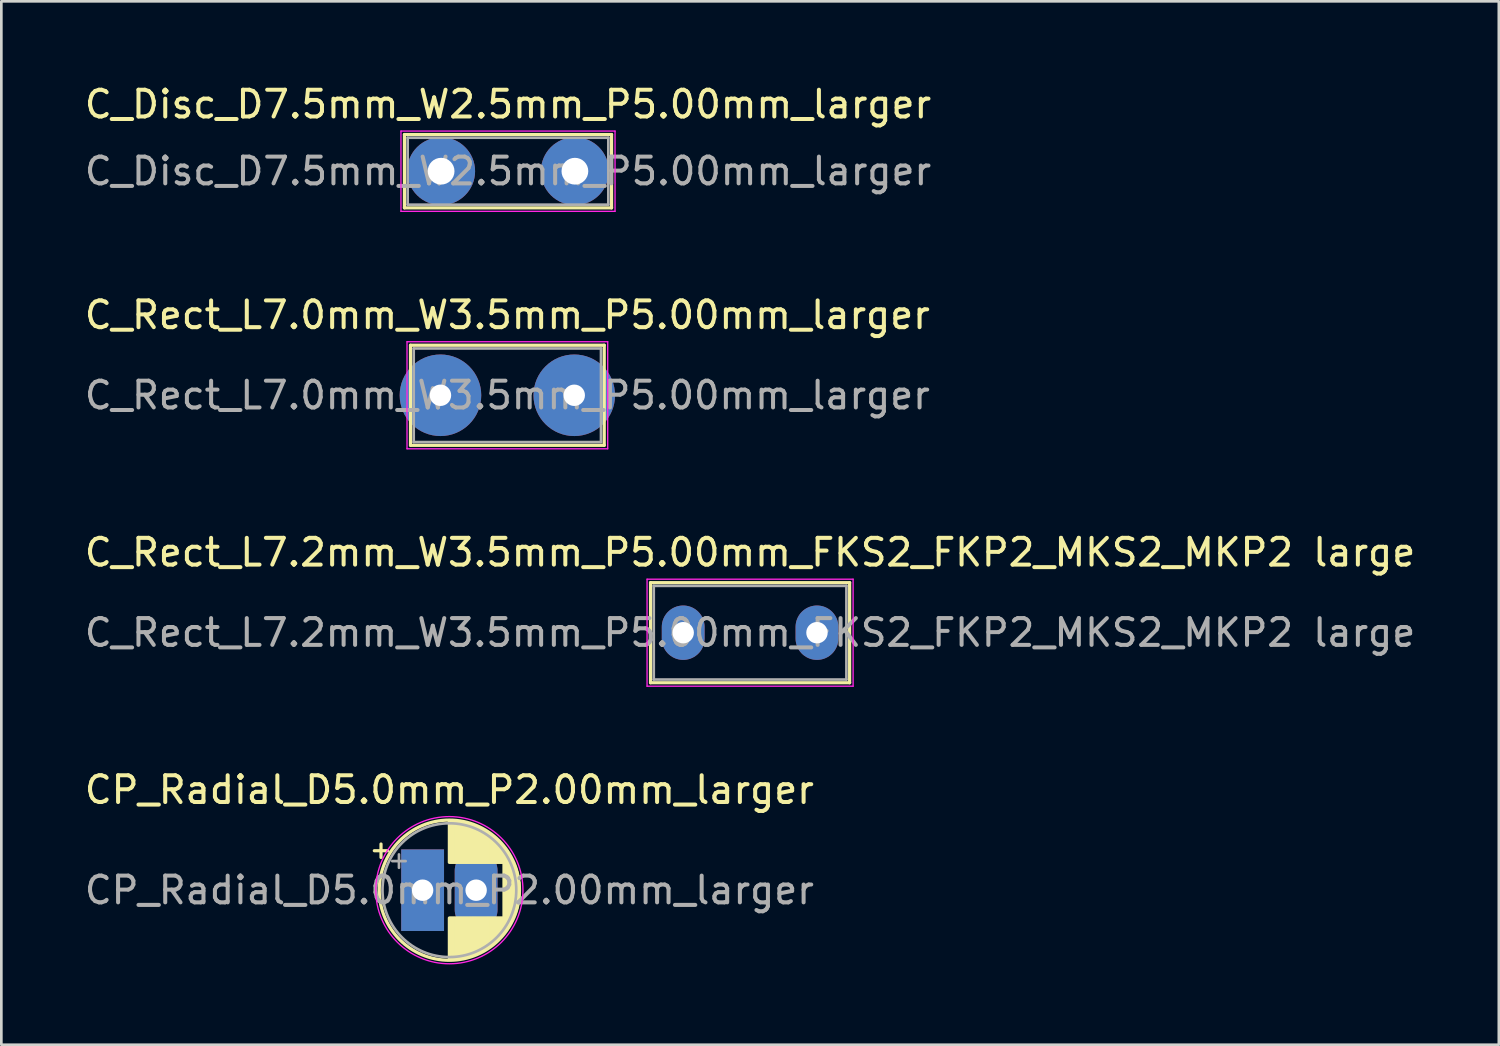
<source format=kicad_pcb>
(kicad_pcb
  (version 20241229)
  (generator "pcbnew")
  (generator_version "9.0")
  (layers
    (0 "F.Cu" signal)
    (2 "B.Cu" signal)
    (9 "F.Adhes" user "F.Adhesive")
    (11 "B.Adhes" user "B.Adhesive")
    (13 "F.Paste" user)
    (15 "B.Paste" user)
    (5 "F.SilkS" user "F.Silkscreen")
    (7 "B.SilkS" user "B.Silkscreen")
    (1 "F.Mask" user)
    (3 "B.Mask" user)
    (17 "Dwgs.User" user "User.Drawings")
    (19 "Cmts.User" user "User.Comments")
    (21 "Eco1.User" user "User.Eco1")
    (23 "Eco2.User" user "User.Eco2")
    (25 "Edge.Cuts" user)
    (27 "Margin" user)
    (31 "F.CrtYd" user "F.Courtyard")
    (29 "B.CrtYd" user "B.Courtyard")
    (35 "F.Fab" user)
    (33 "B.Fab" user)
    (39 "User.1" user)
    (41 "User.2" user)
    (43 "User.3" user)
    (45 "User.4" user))
  (footprint "C_Rect_L7.0mm_W3.5mm_P5.00mm_larger"
    (layer "F.Cu")
    (at 13.411 11.722)
    (property "Reference" "C_Rect_L7.0mm_W3.5mm_P5.00mm_larger" (at 2.5 -3 0) (layer "F.SilkS") (effects (font (size 1 1) (thickness 0.15))))
    (attr through_hole)
    (fp_line (start -1.12 -1.87) (end -1.12 1.87) (stroke (width 0.12) (type solid)) (layer "F.SilkS"))
    (fp_line (start -1.12 -1.87) (end 6.12 -1.87) (stroke (width 0.12) (type solid)) (layer "F.SilkS"))
    (fp_line (start -1.12 1.87) (end 6.12 1.87) (stroke (width 0.12) (type solid)) (layer "F.SilkS"))
    (fp_line (start 6.12 -1.87) (end 6.12 1.87) (stroke (width 0.12) (type solid)) (layer "F.SilkS"))
    (fp_line (start -1.25 -2) (end -1.25 2) (stroke (width 0.05) (type solid)) (layer "F.CrtYd"))
    (fp_line (start -1.25 2) (end 6.25 2) (stroke (width 0.05) (type solid)) (layer "F.CrtYd"))
    (fp_line (start 6.25 -2) (end -1.25 -2) (stroke (width 0.05) (type solid)) (layer "F.CrtYd"))
    (fp_line (start 6.25 2) (end 6.25 -2) (stroke (width 0.05) (type solid)) (layer "F.CrtYd"))
    (fp_line (start -1 -1.75) (end -1 1.75) (stroke (width 0.1) (type solid)) (layer "F.Fab"))
    (fp_line (start -1 1.75) (end 6 1.75) (stroke (width 0.1) (type solid)) (layer "F.Fab"))
    (fp_line (start 6 -1.75) (end -1 -1.75) (stroke (width 0.1) (type solid)) (layer "F.Fab"))
    (fp_line (start 6 1.75) (end 6 -1.75) (stroke (width 0.1) (type solid)) (layer "F.Fab"))
    (fp_text user "${REFERENCE}" (at 2.5 0 0) (layer "F.Fab") (effects (font (size 1 1) (thickness 0.15))))
    (pad "1" thru_hole oval (at 0 0) (size 3.048 3.048) (drill 0.8) (layers "*.Cu" "*.Mask"))
    (pad "2" thru_hole oval (at 5 0) (size 3.048 3.048) (drill 0.8) (layers "*.Cu" "*.Mask")))
  (footprint "C_Rect_L7.2mm_W3.5mm_P5.00mm_FKS2_FKP2_MKS2_MKP2 large"
    (layer "F.Cu")
    (at 22.482 20.595)
    (property "Reference" "C_Rect_L7.2mm_W3.5mm_P5.00mm_FKS2_FKP2_MKS2_MKP2 large" (at 2.5 -3 0) (layer "F.SilkS") (effects (font (size 1 1) (thickness 0.15))))
    (attr through_hole)
    (fp_line (start -1.22 -1.87) (end -1.22 1.87) (stroke (width 0.12) (type solid)) (layer "F.SilkS"))
    (fp_line (start -1.22 -1.87) (end 6.22 -1.87) (stroke (width 0.12) (type solid)) (layer "F.SilkS"))
    (fp_line (start -1.22 1.87) (end 6.22 1.87) (stroke (width 0.12) (type solid)) (layer "F.SilkS"))
    (fp_line (start 6.22 -1.87) (end 6.22 1.87) (stroke (width 0.12) (type solid)) (layer "F.SilkS"))
    (fp_line (start -1.35 -2) (end -1.35 2) (stroke (width 0.05) (type solid)) (layer "F.CrtYd"))
    (fp_line (start -1.35 2) (end 6.35 2) (stroke (width 0.05) (type solid)) (layer "F.CrtYd"))
    (fp_line (start 6.35 -2) (end -1.35 -2) (stroke (width 0.05) (type solid)) (layer "F.CrtYd"))
    (fp_line (start 6.35 2) (end 6.35 -2) (stroke (width 0.05) (type solid)) (layer "F.CrtYd"))
    (fp_line (start -1.1 -1.75) (end -1.1 1.75) (stroke (width 0.1) (type solid)) (layer "F.Fab"))
    (fp_line (start -1.1 1.75) (end 6.1 1.75) (stroke (width 0.1) (type solid)) (layer "F.Fab"))
    (fp_line (start 6.1 -1.75) (end -1.1 -1.75) (stroke (width 0.1) (type solid)) (layer "F.Fab"))
    (fp_line (start 6.1 1.75) (end 6.1 -1.75) (stroke (width 0.1) (type solid)) (layer "F.Fab"))
    (fp_text user "${REFERENCE}" (at 2.5 0 0) (layer "F.Fab") (effects (font (size 1 1) (thickness 0.15))))
    (pad "1" thru_hole oval (at 0 0) (size 1.6 2.032) (drill 0.8) (layers "*.Cu" "*.Mask"))
    (pad "2" thru_hole oval (at 5 0) (size 1.6 2.032) (drill 0.8) (layers "*.Cu" "*.Mask")))
  (footprint "CP_Radial_D5.0mm_P2.00mm_larger"
    (layer "F.Cu")
    (at 12.744 30.218)
    (property "Reference" "CP_Radial_D5.0mm_P2.00mm_larger" (at 1 -3.75 0) (layer "F.SilkS") (effects (font (size 1 1) (thickness 0.15))))
    (attr through_hole)
    (fp_line (start -1.805 -1.475) (end -1.305 -1.475) (stroke (width 0.12) (type solid)) (layer "F.SilkS"))
    (fp_line (start -1.555 -1.725) (end -1.555 -1.225) (stroke (width 0.12) (type solid)) (layer "F.SilkS"))
    (fp_line (start 1 -2.58) (end 1 -1.04) (stroke (width 0.12) (type solid)) (layer "F.SilkS"))
    (fp_line (start 1 1.04) (end 1 2.58) (stroke (width 0.12) (type solid)) (layer "F.SilkS"))
    (fp_line (start 1.04 -2.58) (end 1.04 -1.04) (stroke (width 0.12) (type solid)) (layer "F.SilkS"))
    (fp_line (start 1.04 1.04) (end 1.04 2.58) (stroke (width 0.12) (type solid)) (layer "F.SilkS"))
    (fp_line (start 1.08 -2.579) (end 1.08 -1.04) (stroke (width 0.12) (type solid)) (layer "F.SilkS"))
    (fp_line (start 1.08 1.04) (end 1.08 2.579) (stroke (width 0.12) (type solid)) (layer "F.SilkS"))
    (fp_line (start 1.12 -2.578) (end 1.12 -1.04) (stroke (width 0.12) (type solid)) (layer "F.SilkS"))
    (fp_line (start 1.12 1.04) (end 1.12 2.578) (stroke (width 0.12) (type solid)) (layer "F.SilkS"))
    (fp_line (start 1.16 -2.576) (end 1.16 -1.04) (stroke (width 0.12) (type solid)) (layer "F.SilkS"))
    (fp_line (start 1.16 1.04) (end 1.16 2.576) (stroke (width 0.12) (type solid)) (layer "F.SilkS"))
    (fp_line (start 1.2 -2.573) (end 1.2 -1.04) (stroke (width 0.12) (type solid)) (layer "F.SilkS"))
    (fp_line (start 1.2 1.04) (end 1.2 2.573) (stroke (width 0.12) (type solid)) (layer "F.SilkS"))
    (fp_line (start 1.24 -2.569) (end 1.24 -1.04) (stroke (width 0.12) (type solid)) (layer "F.SilkS"))
    (fp_line (start 1.24 1.04) (end 1.24 2.569) (stroke (width 0.12) (type solid)) (layer "F.SilkS"))
    (fp_line (start 1.28 -2.565) (end 1.28 -1.04) (stroke (width 0.12) (type solid)) (layer "F.SilkS"))
    (fp_line (start 1.28 1.04) (end 1.28 2.565) (stroke (width 0.12) (type solid)) (layer "F.SilkS"))
    (fp_line (start 1.32 -2.561) (end 1.32 -1.04) (stroke (width 0.12) (type solid)) (layer "F.SilkS"))
    (fp_line (start 1.32 1.04) (end 1.32 2.561) (stroke (width 0.12) (type solid)) (layer "F.SilkS"))
    (fp_line (start 1.36 -2.556) (end 1.36 -1.04) (stroke (width 0.12) (type solid)) (layer "F.SilkS"))
    (fp_line (start 1.36 1.04) (end 1.36 2.556) (stroke (width 0.12) (type solid)) (layer "F.SilkS"))
    (fp_line (start 1.4 -2.55) (end 1.4 -1.04) (stroke (width 0.12) (type solid)) (layer "F.SilkS"))
    (fp_line (start 1.4 1.04) (end 1.4 2.55) (stroke (width 0.12) (type solid)) (layer "F.SilkS"))
    (fp_line (start 1.44 -2.543) (end 1.44 -1.04) (stroke (width 0.12) (type solid)) (layer "F.SilkS"))
    (fp_line (start 1.44 1.04) (end 1.44 2.543) (stroke (width 0.12) (type solid)) (layer "F.SilkS"))
    (fp_line (start 1.48 -2.536) (end 1.48 -1.04) (stroke (width 0.12) (type solid)) (layer "F.SilkS"))
    (fp_line (start 1.48 1.04) (end 1.48 2.536) (stroke (width 0.12) (type solid)) (layer "F.SilkS"))
    (fp_line (start 1.52 -2.528) (end 1.52 -1.04) (stroke (width 0.12) (type solid)) (layer "F.SilkS"))
    (fp_line (start 1.52 1.04) (end 1.52 2.528) (stroke (width 0.12) (type solid)) (layer "F.SilkS"))
    (fp_line (start 1.56 -2.52) (end 1.56 -1.04) (stroke (width 0.12) (type solid)) (layer "F.SilkS"))
    (fp_line (start 1.56 1.04) (end 1.56 2.52) (stroke (width 0.12) (type solid)) (layer "F.SilkS"))
    (fp_line (start 1.6 -2.511) (end 1.6 -1.04) (stroke (width 0.12) (type solid)) (layer "F.SilkS"))
    (fp_line (start 1.6 1.04) (end 1.6 2.511) (stroke (width 0.12) (type solid)) (layer "F.SilkS"))
    (fp_line (start 1.64 -2.501) (end 1.64 -1.04) (stroke (width 0.12) (type solid)) (layer "F.SilkS"))
    (fp_line (start 1.64 1.04) (end 1.64 2.501) (stroke (width 0.12) (type solid)) (layer "F.SilkS"))
    (fp_line (start 1.68 -2.491) (end 1.68 -1.04) (stroke (width 0.12) (type solid)) (layer "F.SilkS"))
    (fp_line (start 1.68 1.04) (end 1.68 2.491) (stroke (width 0.12) (type solid)) (layer "F.SilkS"))
    (fp_line (start 1.721 -2.48) (end 1.721 -1.04) (stroke (width 0.12) (type solid)) (layer "F.SilkS"))
    (fp_line (start 1.721 1.04) (end 1.721 2.48) (stroke (width 0.12) (type solid)) (layer "F.SilkS"))
    (fp_line (start 1.761 -2.468) (end 1.761 -1.04) (stroke (width 0.12) (type solid)) (layer "F.SilkS"))
    (fp_line (start 1.761 1.04) (end 1.761 2.468) (stroke (width 0.12) (type solid)) (layer "F.SilkS"))
    (fp_line (start 1.801 -2.455) (end 1.801 -1.04) (stroke (width 0.12) (type solid)) (layer "F.SilkS"))
    (fp_line (start 1.801 1.04) (end 1.801 2.455) (stroke (width 0.12) (type solid)) (layer "F.SilkS"))
    (fp_line (start 1.841 -2.442) (end 1.841 -1.04) (stroke (width 0.12) (type solid)) (layer "F.SilkS"))
    (fp_line (start 1.841 1.04) (end 1.841 2.442) (stroke (width 0.12) (type solid)) (layer "F.SilkS"))
    (fp_line (start 1.881 -2.428) (end 1.881 -1.04) (stroke (width 0.12) (type solid)) (layer "F.SilkS"))
    (fp_line (start 1.881 1.04) (end 1.881 2.428) (stroke (width 0.12) (type solid)) (layer "F.SilkS"))
    (fp_line (start 1.921 -2.414) (end 1.921 -1.04) (stroke (width 0.12) (type solid)) (layer "F.SilkS"))
    (fp_line (start 1.921 1.04) (end 1.921 2.414) (stroke (width 0.12) (type solid)) (layer "F.SilkS"))
    (fp_line (start 1.961 -2.398) (end 1.961 -1.04) (stroke (width 0.12) (type solid)) (layer "F.SilkS"))
    (fp_line (start 1.961 1.04) (end 1.961 2.398) (stroke (width 0.12) (type solid)) (layer "F.SilkS"))
    (fp_line (start 2.001 -2.382) (end 2.001 -1.04) (stroke (width 0.12) (type solid)) (layer "F.SilkS"))
    (fp_line (start 2.001 1.04) (end 2.001 2.382) (stroke (width 0.12) (type solid)) (layer "F.SilkS"))
    (fp_line (start 2.041 -2.365) (end 2.041 -1.04) (stroke (width 0.12) (type solid)) (layer "F.SilkS"))
    (fp_line (start 2.041 1.04) (end 2.041 2.365) (stroke (width 0.12) (type solid)) (layer "F.SilkS"))
    (fp_line (start 2.081 -2.348) (end 2.081 -1.04) (stroke (width 0.12) (type solid)) (layer "F.SilkS"))
    (fp_line (start 2.081 1.04) (end 2.081 2.348) (stroke (width 0.12) (type solid)) (layer "F.SilkS"))
    (fp_line (start 2.121 -2.329) (end 2.121 -1.04) (stroke (width 0.12) (type solid)) (layer "F.SilkS"))
    (fp_line (start 2.121 1.04) (end 2.121 2.329) (stroke (width 0.12) (type solid)) (layer "F.SilkS"))
    (fp_line (start 2.161 -2.31) (end 2.161 -1.04) (stroke (width 0.12) (type solid)) (layer "F.SilkS"))
    (fp_line (start 2.161 1.04) (end 2.161 2.31) (stroke (width 0.12) (type solid)) (layer "F.SilkS"))
    (fp_line (start 2.201 -2.29) (end 2.201 -1.04) (stroke (width 0.12) (type solid)) (layer "F.SilkS"))
    (fp_line (start 2.201 1.04) (end 2.201 2.29) (stroke (width 0.12) (type solid)) (layer "F.SilkS"))
    (fp_line (start 2.241 -2.268) (end 2.241 -1.04) (stroke (width 0.12) (type solid)) (layer "F.SilkS"))
    (fp_line (start 2.241 1.04) (end 2.241 2.268) (stroke (width 0.12) (type solid)) (layer "F.SilkS"))
    (fp_line (start 2.281 -2.247) (end 2.281 -1.04) (stroke (width 0.12) (type solid)) (layer "F.SilkS"))
    (fp_line (start 2.281 1.04) (end 2.281 2.247) (stroke (width 0.12) (type solid)) (layer "F.SilkS"))
    (fp_line (start 2.321 -2.224) (end 2.321 -1.04) (stroke (width 0.12) (type solid)) (layer "F.SilkS"))
    (fp_line (start 2.321 1.04) (end 2.321 2.224) (stroke (width 0.12) (type solid)) (layer "F.SilkS"))
    (fp_line (start 2.361 -2.2) (end 2.361 -1.04) (stroke (width 0.12) (type solid)) (layer "F.SilkS"))
    (fp_line (start 2.361 1.04) (end 2.361 2.2) (stroke (width 0.12) (type solid)) (layer "F.SilkS"))
    (fp_line (start 2.401 -2.175) (end 2.401 -1.04) (stroke (width 0.12) (type solid)) (layer "F.SilkS"))
    (fp_line (start 2.401 1.04) (end 2.401 2.175) (stroke (width 0.12) (type solid)) (layer "F.SilkS"))
    (fp_line (start 2.441 -2.149) (end 2.441 -1.04) (stroke (width 0.12) (type solid)) (layer "F.SilkS"))
    (fp_line (start 2.441 1.04) (end 2.441 2.149) (stroke (width 0.12) (type solid)) (layer "F.SilkS"))
    (fp_line (start 2.481 -2.122) (end 2.481 -1.04) (stroke (width 0.12) (type solid)) (layer "F.SilkS"))
    (fp_line (start 2.481 1.04) (end 2.481 2.122) (stroke (width 0.12) (type solid)) (layer "F.SilkS"))
    (fp_line (start 2.521 -2.095) (end 2.521 -1.04) (stroke (width 0.12) (type solid)) (layer "F.SilkS"))
    (fp_line (start 2.521 1.04) (end 2.521 2.095) (stroke (width 0.12) (type solid)) (layer "F.SilkS"))
    (fp_line (start 2.561 -2.065) (end 2.561 -1.04) (stroke (width 0.12) (type solid)) (layer "F.SilkS"))
    (fp_line (start 2.561 1.04) (end 2.561 2.065) (stroke (width 0.12) (type solid)) (layer "F.SilkS"))
    (fp_line (start 2.601 -2.035) (end 2.601 -1.04) (stroke (width 0.12) (type solid)) (layer "F.SilkS"))
    (fp_line (start 2.601 1.04) (end 2.601 2.035) (stroke (width 0.12) (type solid)) (layer "F.SilkS"))
    (fp_line (start 2.641 -2.004) (end 2.641 -1.04) (stroke (width 0.12) (type solid)) (layer "F.SilkS"))
    (fp_line (start 2.641 1.04) (end 2.641 2.004) (stroke (width 0.12) (type solid)) (layer "F.SilkS"))
    (fp_line (start 2.681 -1.971) (end 2.681 -1.04) (stroke (width 0.12) (type solid)) (layer "F.SilkS"))
    (fp_line (start 2.681 1.04) (end 2.681 1.971) (stroke (width 0.12) (type solid)) (layer "F.SilkS"))
    (fp_line (start 2.721 -1.937) (end 2.721 -1.04) (stroke (width 0.12) (type solid)) (layer "F.SilkS"))
    (fp_line (start 2.721 1.04) (end 2.721 1.937) (stroke (width 0.12) (type solid)) (layer "F.SilkS"))
    (fp_line (start 2.761 -1.901) (end 2.761 -1.04) (stroke (width 0.12) (type solid)) (layer "F.SilkS"))
    (fp_line (start 2.761 1.04) (end 2.761 1.901) (stroke (width 0.12) (type solid)) (layer "F.SilkS"))
    (fp_line (start 2.801 -1.864) (end 2.801 -1.04) (stroke (width 0.12) (type solid)) (layer "F.SilkS"))
    (fp_line (start 2.801 1.04) (end 2.801 1.864) (stroke (width 0.12) (type solid)) (layer "F.SilkS"))
    (fp_line (start 2.841 -1.826) (end 2.841 -1.04) (stroke (width 0.12) (type solid)) (layer "F.SilkS"))
    (fp_line (start 2.841 1.04) (end 2.841 1.826) (stroke (width 0.12) (type solid)) (layer "F.SilkS"))
    (fp_line (start 2.881 -1.785) (end 2.881 -1.04) (stroke (width 0.12) (type solid)) (layer "F.SilkS"))
    (fp_line (start 2.881 1.04) (end 2.881 1.785) (stroke (width 0.12) (type solid)) (layer "F.SilkS"))
    (fp_line (start 2.921 -1.743) (end 2.921 -1.04) (stroke (width 0.12) (type solid)) (layer "F.SilkS"))
    (fp_line (start 2.921 1.04) (end 2.921 1.743) (stroke (width 0.12) (type solid)) (layer "F.SilkS"))
    (fp_line (start 2.961 -1.699) (end 2.961 -1.04) (stroke (width 0.12) (type solid)) (layer "F.SilkS"))
    (fp_line (start 2.961 1.04) (end 2.961 1.699) (stroke (width 0.12) (type solid)) (layer "F.SilkS"))
    (fp_line (start 3.001 -1.653) (end 3.001 -1.04) (stroke (width 0.12) (type solid)) (layer "F.SilkS"))
    (fp_line (start 3.001 1.04) (end 3.001 1.653) (stroke (width 0.12) (type solid)) (layer "F.SilkS"))
    (fp_line (start 3.041 -1.605) (end 3.041 1.605) (stroke (width 0.12) (type solid)) (layer "F.SilkS"))
    (fp_line (start 3.081 -1.554) (end 3.081 1.554) (stroke (width 0.12) (type solid)) (layer "F.SilkS"))
    (fp_line (start 3.121 -1.5) (end 3.121 1.5) (stroke (width 0.12) (type solid)) (layer "F.SilkS"))
    (fp_line (start 3.161 -1.443) (end 3.161 1.443) (stroke (width 0.12) (type solid)) (layer "F.SilkS"))
    (fp_line (start 3.201 -1.383) (end 3.201 1.383) (stroke (width 0.12) (type solid)) (layer "F.SilkS"))
    (fp_line (start 3.241 -1.319) (end 3.241 1.319) (stroke (width 0.12) (type solid)) (layer "F.SilkS"))
    (fp_line (start 3.281 -1.251) (end 3.281 1.251) (stroke (width 0.12) (type solid)) (layer "F.SilkS"))
    (fp_line (start 3.321 -1.178) (end 3.321 1.178) (stroke (width 0.12) (type solid)) (layer "F.SilkS"))
    (fp_line (start 3.361 -1.098) (end 3.361 1.098) (stroke (width 0.12) (type solid)) (layer "F.SilkS"))
    (fp_line (start 3.401 -1.011) (end 3.401 1.011) (stroke (width 0.12) (type solid)) (layer "F.SilkS"))
    (fp_line (start 3.441 -0.915) (end 3.441 0.915) (stroke (width 0.12) (type solid)) (layer "F.SilkS"))
    (fp_line (start 3.481 -0.805) (end 3.481 0.805) (stroke (width 0.12) (type solid)) (layer "F.SilkS"))
    (fp_line (start 3.521 -0.677) (end 3.521 0.677) (stroke (width 0.12) (type solid)) (layer "F.SilkS"))
    (fp_line (start 3.561 -0.518) (end 3.561 0.518) (stroke (width 0.12) (type solid)) (layer "F.SilkS"))
    (fp_line (start 3.601 -0.284) (end 3.601 0.284) (stroke (width 0.12) (type solid)) (layer "F.SilkS"))
    (fp_circle (center 1 0) (end 3.62 0) (stroke (width 0.12) (type solid)) (fill no) (layer "F.SilkS"))
    (fp_circle (center 1 0) (end 3.75 0) (stroke (width 0.05) (type solid)) (fill no) (layer "F.CrtYd"))
    (fp_line (start -1.134 -1.087) (end -0.634 -1.087) (stroke (width 0.1) (type solid)) (layer "F.Fab"))
    (fp_line (start -0.884 -1.337) (end -0.884 -0.838) (stroke (width 0.1) (type solid)) (layer "F.Fab"))
    (fp_circle (center 1 0) (end 3.5 0) (stroke (width 0.1) (type solid)) (fill no) (layer "F.Fab"))
    (fp_text user "${REFERENCE}" (at 1 0 0) (layer "F.Fab") (effects (font (size 1 1) (thickness 0.15))))
    (pad "1" thru_hole rect (at 0 0) (size 1.6 3.048) (drill 0.8) (layers "*.Cu" "*.Mask"))
    (pad "2" thru_hole oval (at 2 0) (size 1.6 3.048) (drill 0.8) (layers "*.Cu" "*.Mask")))
  (footprint "C_Disc_D7.5mm_W2.5mm_P5.00mm_larger"
    (layer "F.Cu")
    (at 13.435 3.348)
    (property "Reference" "C_Disc_D7.5mm_W2.5mm_P5.00mm_larger" (at 2.5 -2.5 0) (layer "F.SilkS") (effects (font (size 1 1) (thickness 0.15))))
    (attr through_hole)
    (fp_line (start -1.37 -1.37) (end -1.37 1.37) (stroke (width 0.12) (type solid)) (layer "F.SilkS"))
    (fp_line (start -1.37 -1.37) (end 6.37 -1.37) (stroke (width 0.12) (type solid)) (layer "F.SilkS"))
    (fp_line (start -1.37 1.37) (end 6.37 1.37) (stroke (width 0.12) (type solid)) (layer "F.SilkS"))
    (fp_line (start 6.37 -1.37) (end 6.37 1.37) (stroke (width 0.12) (type solid)) (layer "F.SilkS"))
    (fp_line (start -1.5 -1.5) (end -1.5 1.5) (stroke (width 0.05) (type solid)) (layer "F.CrtYd"))
    (fp_line (start -1.5 1.5) (end 6.5 1.5) (stroke (width 0.05) (type solid)) (layer "F.CrtYd"))
    (fp_line (start 6.5 -1.5) (end -1.5 -1.5) (stroke (width 0.05) (type solid)) (layer "F.CrtYd"))
    (fp_line (start 6.5 1.5) (end 6.5 -1.5) (stroke (width 0.05) (type solid)) (layer "F.CrtYd"))
    (fp_line (start -1.25 -1.25) (end -1.25 1.25) (stroke (width 0.1) (type solid)) (layer "F.Fab"))
    (fp_line (start -1.25 1.25) (end 6.25 1.25) (stroke (width 0.1) (type solid)) (layer "F.Fab"))
    (fp_line (start 6.25 -1.25) (end -1.25 -1.25) (stroke (width 0.1) (type solid)) (layer "F.Fab"))
    (fp_line (start 6.25 1.25) (end 6.25 -1.25) (stroke (width 0.1) (type solid)) (layer "F.Fab"))
    (fp_text user "${REFERENCE}" (at 2.5 0 0) (layer "F.Fab") (effects (font (size 1 1) (thickness 0.15))))
    (pad "1" thru_hole oval (at 0 0) (size 2.54 2.54) (drill 1) (layers "*.Cu" "*.Mask"))
    (pad "2" thru_hole oval (at 5 0) (size 2.54 2.54) (drill 1) (layers "*.Cu" "*.Mask")))
  (gr_rect
    (start -3 -3)
    (end 52.964 35.993)
    (stroke (width 0.1) (type default))
    (fill no)
    (layer "Edge.Cuts")))
</source>
